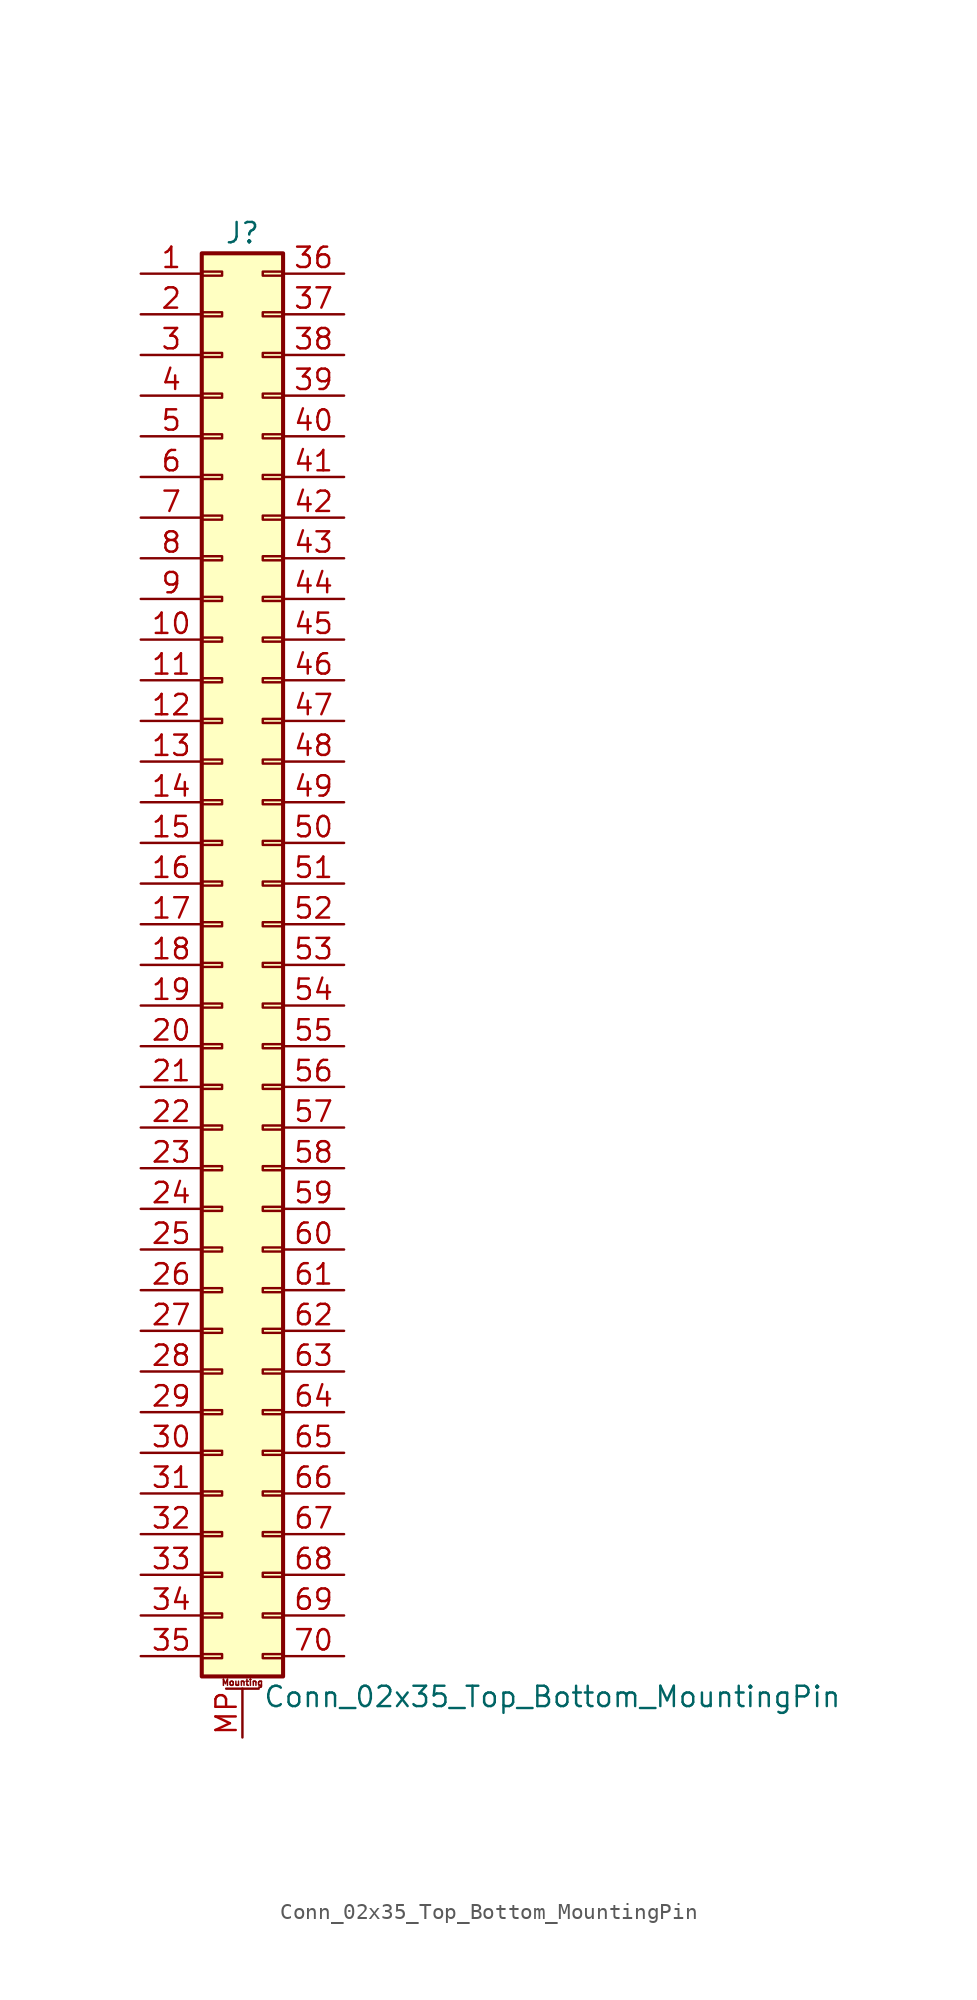
<source format=kicad_sym>
(kicad_symbol_lib
  (version 20201005)
  (generator kicad_symbol_editor)
  (symbol "Conn_02x35_Top_Bottom_MountingPin"
    (pin_names
      (offset 1.016) hide)
    (property "Reference" "J"
      (at 1.27 45.72 0)
      (effects (font (size 1.27 1.27))))
    (property "Value" "Conn_02x35_Top_Bottom_MountingPin"
      (at 2.54 -45.72 0)
      (effects (font (size 1.27 1.27)) (justify left)))
    (symbol "Conn_02x35_Top_Bottom_MountingPin_1_1"
      (text "Mounting" (at 1.27 -44.831 0) (effects (font (size 0.381 0.381))))
      (rectangle (start -1.27 -43.053) (end 0 -43.307) (stroke (width 0.152)) (fill (type none)))
      (rectangle (start -1.27 -40.513) (end 0 -40.767) (stroke (width 0.152)) (fill (type none)))
      (rectangle (start -1.27 -37.973) (end 0 -38.227) (stroke (width 0.152)) (fill (type none)))
      (rectangle (start -1.27 -35.433) (end 0 -35.687) (stroke (width 0.152)) (fill (type none)))
      (rectangle (start -1.27 -32.893) (end 0 -33.147) (stroke (width 0.152)) (fill (type none)))
      (rectangle (start -1.27 -30.353) (end 0 -30.607) (stroke (width 0.152)) (fill (type none)))
      (rectangle (start -1.27 -27.813) (end 0 -28.067) (stroke (width 0.152)) (fill (type none)))
      (rectangle (start -1.27 -25.273) (end 0 -25.527) (stroke (width 0.152)) (fill (type none)))
      (rectangle (start -1.27 -22.733) (end 0 -22.987) (stroke (width 0.152)) (fill (type none)))
      (rectangle (start -1.27 -20.193) (end 0 -20.447) (stroke (width 0.152)) (fill (type none)))
      (rectangle (start -1.27 -17.653) (end 0 -17.907) (stroke (width 0.152)) (fill (type none)))
      (rectangle (start -1.27 -15.113) (end 0 -15.367) (stroke (width 0.152)) (fill (type none)))
      (rectangle (start -1.27 -12.573) (end 0 -12.827) (stroke (width 0.152)) (fill (type none)))
      (rectangle (start -1.27 -10.033) (end 0 -10.287) (stroke (width 0.152)) (fill (type none)))
      (rectangle (start -1.27 -7.493) (end 0 -7.747) (stroke (width 0.152)) (fill (type none)))
      (rectangle (start -1.27 -4.953) (end 0 -5.207) (stroke (width 0.152)) (fill (type none)))
      (rectangle (start -1.27 -2.413) (end 0 -2.667) (stroke (width 0.152)) (fill (type none)))
      (rectangle (start -1.27 0.127) (end 0 -0.127) (stroke (width 0.152)) (fill (type none)))
      (rectangle (start -1.27 2.667) (end 0 2.413) (stroke (width 0.152)) (fill (type none)))
      (rectangle (start -1.27 5.207) (end 0 4.953) (stroke (width 0.152)) (fill (type none)))
      (rectangle (start -1.27 7.747) (end 0 7.493) (stroke (width 0.152)) (fill (type none)))
      (rectangle (start -1.27 10.287) (end 0 10.033) (stroke (width 0.152)) (fill (type none)))
      (rectangle (start -1.27 12.827) (end 0 12.573) (stroke (width 0.152)) (fill (type none)))
      (rectangle (start -1.27 15.367) (end 0 15.113) (stroke (width 0.152)) (fill (type none)))
      (rectangle (start -1.27 17.907) (end 0 17.653) (stroke (width 0.152)) (fill (type none)))
      (rectangle (start -1.27 20.447) (end 0 20.193) (stroke (width 0.152)) (fill (type none)))
      (rectangle (start -1.27 22.987) (end 0 22.733) (stroke (width 0.152)) (fill (type none)))
      (rectangle (start -1.27 25.527) (end 0 25.273) (stroke (width 0.152)) (fill (type none)))
      (rectangle (start -1.27 28.067) (end 0 27.813) (stroke (width 0.152)) (fill (type none)))
      (rectangle (start -1.27 30.607) (end 0 30.353) (stroke (width 0.152)) (fill (type none)))
      (rectangle (start -1.27 33.147) (end 0 32.893) (stroke (width 0.152)) (fill (type none)))
      (rectangle (start -1.27 35.687) (end 0 35.433) (stroke (width 0.152)) (fill (type none)))
      (rectangle (start -1.27 38.227) (end 0 37.973) (stroke (width 0.152)) (fill (type none)))
      (rectangle (start -1.27 40.767) (end 0 40.513) (stroke (width 0.152)) (fill (type none)))
      (rectangle (start -1.27 43.307) (end 0 43.053) (stroke (width 0.152)) (fill (type none)))
      (rectangle (start -1.27 44.45) (end 3.81 -44.45) (stroke (width 0.254)) (fill (type background)))
      (rectangle (start 3.81 -43.053) (end 2.54 -43.307) (stroke (width 0.152)) (fill (type none)))
      (rectangle (start 3.81 -40.513) (end 2.54 -40.767) (stroke (width 0.152)) (fill (type none)))
      (rectangle (start 3.81 -37.973) (end 2.54 -38.227) (stroke (width 0.152)) (fill (type none)))
      (rectangle (start 3.81 -35.433) (end 2.54 -35.687) (stroke (width 0.152)) (fill (type none)))
      (rectangle (start 3.81 -32.893) (end 2.54 -33.147) (stroke (width 0.152)) (fill (type none)))
      (rectangle (start 3.81 -30.353) (end 2.54 -30.607) (stroke (width 0.152)) (fill (type none)))
      (rectangle (start 3.81 -27.813) (end 2.54 -28.067) (stroke (width 0.152)) (fill (type none)))
      (rectangle (start 3.81 -25.273) (end 2.54 -25.527) (stroke (width 0.152)) (fill (type none)))
      (rectangle (start 3.81 -22.733) (end 2.54 -22.987) (stroke (width 0.152)) (fill (type none)))
      (rectangle (start 3.81 -20.193) (end 2.54 -20.447) (stroke (width 0.152)) (fill (type none)))
      (rectangle (start 3.81 -17.653) (end 2.54 -17.907) (stroke (width 0.152)) (fill (type none)))
      (rectangle (start 3.81 -15.113) (end 2.54 -15.367) (stroke (width 0.152)) (fill (type none)))
      (rectangle (start 3.81 -12.573) (end 2.54 -12.827) (stroke (width 0.152)) (fill (type none)))
      (rectangle (start 3.81 -10.033) (end 2.54 -10.287) (stroke (width 0.152)) (fill (type none)))
      (rectangle (start 3.81 -7.493) (end 2.54 -7.747) (stroke (width 0.152)) (fill (type none)))
      (rectangle (start 3.81 -4.953) (end 2.54 -5.207) (stroke (width 0.152)) (fill (type none)))
      (rectangle (start 3.81 -2.413) (end 2.54 -2.667) (stroke (width 0.152)) (fill (type none)))
      (rectangle (start 3.81 0.127) (end 2.54 -0.127) (stroke (width 0.152)) (fill (type none)))
      (rectangle (start 3.81 2.667) (end 2.54 2.413) (stroke (width 0.152)) (fill (type none)))
      (rectangle (start 3.81 5.207) (end 2.54 4.953) (stroke (width 0.152)) (fill (type none)))
      (rectangle (start 3.81 7.747) (end 2.54 7.493) (stroke (width 0.152)) (fill (type none)))
      (rectangle (start 3.81 10.287) (end 2.54 10.033) (stroke (width 0.152)) (fill (type none)))
      (rectangle (start 3.81 12.827) (end 2.54 12.573) (stroke (width 0.152)) (fill (type none)))
      (rectangle (start 3.81 15.367) (end 2.54 15.113) (stroke (width 0.152)) (fill (type none)))
      (rectangle (start 3.81 17.907) (end 2.54 17.653) (stroke (width 0.152)) (fill (type none)))
      (rectangle (start 3.81 20.447) (end 2.54 20.193) (stroke (width 0.152)) (fill (type none)))
      (rectangle (start 3.81 22.987) (end 2.54 22.733) (stroke (width 0.152)) (fill (type none)))
      (rectangle (start 3.81 25.527) (end 2.54 25.273) (stroke (width 0.152)) (fill (type none)))
      (rectangle (start 3.81 28.067) (end 2.54 27.813) (stroke (width 0.152)) (fill (type none)))
      (rectangle (start 3.81 30.607) (end 2.54 30.353) (stroke (width 0.152)) (fill (type none)))
      (rectangle (start 3.81 33.147) (end 2.54 32.893) (stroke (width 0.152)) (fill (type none)))
      (rectangle (start 3.81 35.687) (end 2.54 35.433) (stroke (width 0.152)) (fill (type none)))
      (rectangle (start 3.81 38.227) (end 2.54 37.973) (stroke (width 0.152)) (fill (type none)))
      (rectangle (start 3.81 40.767) (end 2.54 40.513) (stroke (width 0.152)) (fill (type none)))
      (rectangle (start 3.81 43.307) (end 2.54 43.053) (stroke (width 0.152)) (fill (type none)))
      (polyline (pts (xy 0.254 -45.212) (xy 2.286 -45.212)) (stroke (width 0.152)) (fill (type none)))
      (pin passive line (at -5.08 43.18 0) (length 3.81) (name "Pin_1" (effects (font (size 1.27 1.27)))) (number "1" (effects (font (size 1.27 1.27)))))
      (pin passive line (at -5.08 20.32 0) (length 3.81) (name "Pin_10" (effects (font (size 1.27 1.27)))) (number "10" (effects (font (size 1.27 1.27)))))
      (pin passive line (at -5.08 17.78 0) (length 3.81) (name "Pin_11" (effects (font (size 1.27 1.27)))) (number "11" (effects (font (size 1.27 1.27)))))
      (pin passive line (at -5.08 15.24 0) (length 3.81) (name "Pin_12" (effects (font (size 1.27 1.27)))) (number "12" (effects (font (size 1.27 1.27)))))
      (pin passive line (at -5.08 12.7 0) (length 3.81) (name "Pin_13" (effects (font (size 1.27 1.27)))) (number "13" (effects (font (size 1.27 1.27)))))
      (pin passive line (at -5.08 10.16 0) (length 3.81) (name "Pin_14" (effects (font (size 1.27 1.27)))) (number "14" (effects (font (size 1.27 1.27)))))
      (pin passive line (at -5.08 7.62 0) (length 3.81) (name "Pin_15" (effects (font (size 1.27 1.27)))) (number "15" (effects (font (size 1.27 1.27)))))
      (pin passive line (at -5.08 5.08 0) (length 3.81) (name "Pin_16" (effects (font (size 1.27 1.27)))) (number "16" (effects (font (size 1.27 1.27)))))
      (pin passive line (at -5.08 2.54 0) (length 3.81) (name "Pin_17" (effects (font (size 1.27 1.27)))) (number "17" (effects (font (size 1.27 1.27)))))
      (pin passive line (at -5.08 0 0) (length 3.81) (name "Pin_18" (effects (font (size 1.27 1.27)))) (number "18" (effects (font (size 1.27 1.27)))))
      (pin passive line (at -5.08 -2.54 0) (length 3.81) (name "Pin_19" (effects (font (size 1.27 1.27)))) (number "19" (effects (font (size 1.27 1.27)))))
      (pin passive line (at -5.08 40.64 0) (length 3.81) (name "Pin_2" (effects (font (size 1.27 1.27)))) (number "2" (effects (font (size 1.27 1.27)))))
      (pin passive line (at -5.08 -5.08 0) (length 3.81) (name "Pin_20" (effects (font (size 1.27 1.27)))) (number "20" (effects (font (size 1.27 1.27)))))
      (pin passive line (at -5.08 -7.62 0) (length 3.81) (name "Pin_21" (effects (font (size 1.27 1.27)))) (number "21" (effects (font (size 1.27 1.27)))))
      (pin passive line (at -5.08 -10.16 0) (length 3.81) (name "Pin_22" (effects (font (size 1.27 1.27)))) (number "22" (effects (font (size 1.27 1.27)))))
      (pin passive line (at -5.08 -12.7 0) (length 3.81) (name "Pin_23" (effects (font (size 1.27 1.27)))) (number "23" (effects (font (size 1.27 1.27)))))
      (pin passive line (at -5.08 -15.24 0) (length 3.81) (name "Pin_24" (effects (font (size 1.27 1.27)))) (number "24" (effects (font (size 1.27 1.27)))))
      (pin passive line (at -5.08 -17.78 0) (length 3.81) (name "Pin_25" (effects (font (size 1.27 1.27)))) (number "25" (effects (font (size 1.27 1.27)))))
      (pin passive line (at -5.08 -20.32 0) (length 3.81) (name "Pin_26" (effects (font (size 1.27 1.27)))) (number "26" (effects (font (size 1.27 1.27)))))
      (pin passive line (at -5.08 -22.86 0) (length 3.81) (name "Pin_27" (effects (font (size 1.27 1.27)))) (number "27" (effects (font (size 1.27 1.27)))))
      (pin passive line (at -5.08 -25.4 0) (length 3.81) (name "Pin_28" (effects (font (size 1.27 1.27)))) (number "28" (effects (font (size 1.27 1.27)))))
      (pin passive line (at -5.08 -27.94 0) (length 3.81) (name "Pin_29" (effects (font (size 1.27 1.27)))) (number "29" (effects (font (size 1.27 1.27)))))
      (pin passive line (at -5.08 38.1 0) (length 3.81) (name "Pin_3" (effects (font (size 1.27 1.27)))) (number "3" (effects (font (size 1.27 1.27)))))
      (pin passive line (at -5.08 -30.48 0) (length 3.81) (name "Pin_30" (effects (font (size 1.27 1.27)))) (number "30" (effects (font (size 1.27 1.27)))))
      (pin passive line (at -5.08 -33.02 0) (length 3.81) (name "Pin_31" (effects (font (size 1.27 1.27)))) (number "31" (effects (font (size 1.27 1.27)))))
      (pin passive line (at -5.08 -35.56 0) (length 3.81) (name "Pin_32" (effects (font (size 1.27 1.27)))) (number "32" (effects (font (size 1.27 1.27)))))
      (pin passive line (at -5.08 -38.1 0) (length 3.81) (name "Pin_33" (effects (font (size 1.27 1.27)))) (number "33" (effects (font (size 1.27 1.27)))))
      (pin passive line (at -5.08 -40.64 0) (length 3.81) (name "Pin_34" (effects (font (size 1.27 1.27)))) (number "34" (effects (font (size 1.27 1.27)))))
      (pin passive line (at -5.08 -43.18 0) (length 3.81) (name "Pin_35" (effects (font (size 1.27 1.27)))) (number "35" (effects (font (size 1.27 1.27)))))
      (pin passive line (at 7.62 43.18 180) (length 3.81) (name "Pin_36" (effects (font (size 1.27 1.27)))) (number "36" (effects (font (size 1.27 1.27)))))
      (pin passive line (at 7.62 40.64 180) (length 3.81) (name "Pin_37" (effects (font (size 1.27 1.27)))) (number "37" (effects (font (size 1.27 1.27)))))
      (pin passive line (at 7.62 38.1 180) (length 3.81) (name "Pin_38" (effects (font (size 1.27 1.27)))) (number "38" (effects (font (size 1.27 1.27)))))
      (pin passive line (at 7.62 35.56 180) (length 3.81) (name "Pin_39" (effects (font (size 1.27 1.27)))) (number "39" (effects (font (size 1.27 1.27)))))
      (pin passive line (at -5.08 35.56 0) (length 3.81) (name "Pin_4" (effects (font (size 1.27 1.27)))) (number "4" (effects (font (size 1.27 1.27)))))
      (pin passive line (at 7.62 33.02 180) (length 3.81) (name "Pin_40" (effects (font (size 1.27 1.27)))) (number "40" (effects (font (size 1.27 1.27)))))
      (pin passive line (at 7.62 30.48 180) (length 3.81) (name "Pin_41" (effects (font (size 1.27 1.27)))) (number "41" (effects (font (size 1.27 1.27)))))
      (pin passive line (at 7.62 27.94 180) (length 3.81) (name "Pin_42" (effects (font (size 1.27 1.27)))) (number "42" (effects (font (size 1.27 1.27)))))
      (pin passive line (at 7.62 25.4 180) (length 3.81) (name "Pin_43" (effects (font (size 1.27 1.27)))) (number "43" (effects (font (size 1.27 1.27)))))
      (pin passive line (at 7.62 22.86 180) (length 3.81) (name "Pin_44" (effects (font (size 1.27 1.27)))) (number "44" (effects (font (size 1.27 1.27)))))
      (pin passive line (at 7.62 20.32 180) (length 3.81) (name "Pin_45" (effects (font (size 1.27 1.27)))) (number "45" (effects (font (size 1.27 1.27)))))
      (pin passive line (at 7.62 17.78 180) (length 3.81) (name "Pin_46" (effects (font (size 1.27 1.27)))) (number "46" (effects (font (size 1.27 1.27)))))
      (pin passive line (at 7.62 15.24 180) (length 3.81) (name "Pin_47" (effects (font (size 1.27 1.27)))) (number "47" (effects (font (size 1.27 1.27)))))
      (pin passive line (at 7.62 12.7 180) (length 3.81) (name "Pin_48" (effects (font (size 1.27 1.27)))) (number "48" (effects (font (size 1.27 1.27)))))
      (pin passive line (at 7.62 10.16 180) (length 3.81) (name "Pin_49" (effects (font (size 1.27 1.27)))) (number "49" (effects (font (size 1.27 1.27)))))
      (pin passive line (at -5.08 33.02 0) (length 3.81) (name "Pin_5" (effects (font (size 1.27 1.27)))) (number "5" (effects (font (size 1.27 1.27)))))
      (pin passive line (at 7.62 7.62 180) (length 3.81) (name "Pin_50" (effects (font (size 1.27 1.27)))) (number "50" (effects (font (size 1.27 1.27)))))
      (pin passive line (at 7.62 5.08 180) (length 3.81) (name "Pin_51" (effects (font (size 1.27 1.27)))) (number "51" (effects (font (size 1.27 1.27)))))
      (pin passive line (at 7.62 2.54 180) (length 3.81) (name "Pin_52" (effects (font (size 1.27 1.27)))) (number "52" (effects (font (size 1.27 1.27)))))
      (pin passive line (at 7.62 0 180) (length 3.81) (name "Pin_53" (effects (font (size 1.27 1.27)))) (number "53" (effects (font (size 1.27 1.27)))))
      (pin passive line (at 7.62 -2.54 180) (length 3.81) (name "Pin_54" (effects (font (size 1.27 1.27)))) (number "54" (effects (font (size 1.27 1.27)))))
      (pin passive line (at 7.62 -5.08 180) (length 3.81) (name "Pin_55" (effects (font (size 1.27 1.27)))) (number "55" (effects (font (size 1.27 1.27)))))
      (pin passive line (at 7.62 -7.62 180) (length 3.81) (name "Pin_56" (effects (font (size 1.27 1.27)))) (number "56" (effects (font (size 1.27 1.27)))))
      (pin passive line (at 7.62 -10.16 180) (length 3.81) (name "Pin_57" (effects (font (size 1.27 1.27)))) (number "57" (effects (font (size 1.27 1.27)))))
      (pin passive line (at 7.62 -12.7 180) (length 3.81) (name "Pin_58" (effects (font (size 1.27 1.27)))) (number "58" (effects (font (size 1.27 1.27)))))
      (pin passive line (at 7.62 -15.24 180) (length 3.81) (name "Pin_59" (effects (font (size 1.27 1.27)))) (number "59" (effects (font (size 1.27 1.27)))))
      (pin passive line (at -5.08 30.48 0) (length 3.81) (name "Pin_6" (effects (font (size 1.27 1.27)))) (number "6" (effects (font (size 1.27 1.27)))))
      (pin passive line (at 7.62 -17.78 180) (length 3.81) (name "Pin_60" (effects (font (size 1.27 1.27)))) (number "60" (effects (font (size 1.27 1.27)))))
      (pin passive line (at 7.62 -20.32 180) (length 3.81) (name "Pin_61" (effects (font (size 1.27 1.27)))) (number "61" (effects (font (size 1.27 1.27)))))
      (pin passive line (at 7.62 -22.86 180) (length 3.81) (name "Pin_62" (effects (font (size 1.27 1.27)))) (number "62" (effects (font (size 1.27 1.27)))))
      (pin passive line (at 7.62 -25.4 180) (length 3.81) (name "Pin_63" (effects (font (size 1.27 1.27)))) (number "63" (effects (font (size 1.27 1.27)))))
      (pin passive line (at 7.62 -27.94 180) (length 3.81) (name "Pin_64" (effects (font (size 1.27 1.27)))) (number "64" (effects (font (size 1.27 1.27)))))
      (pin passive line (at 7.62 -30.48 180) (length 3.81) (name "Pin_65" (effects (font (size 1.27 1.27)))) (number "65" (effects (font (size 1.27 1.27)))))
      (pin passive line (at 7.62 -33.02 180) (length 3.81) (name "Pin_66" (effects (font (size 1.27 1.27)))) (number "66" (effects (font (size 1.27 1.27)))))
      (pin passive line (at 7.62 -35.56 180) (length 3.81) (name "Pin_67" (effects (font (size 1.27 1.27)))) (number "67" (effects (font (size 1.27 1.27)))))
      (pin passive line (at 7.62 -38.1 180) (length 3.81) (name "Pin_68" (effects (font (size 1.27 1.27)))) (number "68" (effects (font (size 1.27 1.27)))))
      (pin passive line (at 7.62 -40.64 180) (length 3.81) (name "Pin_69" (effects (font (size 1.27 1.27)))) (number "69" (effects (font (size 1.27 1.27)))))
      (pin passive line (at -5.08 27.94 0) (length 3.81) (name "Pin_7" (effects (font (size 1.27 1.27)))) (number "7" (effects (font (size 1.27 1.27)))))
      (pin passive line (at 7.62 -43.18 180) (length 3.81) (name "Pin_70" (effects (font (size 1.27 1.27)))) (number "70" (effects (font (size 1.27 1.27)))))
      (pin passive line (at -5.08 25.4 0) (length 3.81) (name "Pin_8" (effects (font (size 1.27 1.27)))) (number "8" (effects (font (size 1.27 1.27)))))
      (pin passive line (at -5.08 22.86 0) (length 3.81) (name "Pin_9" (effects (font (size 1.27 1.27)))) (number "9" (effects (font (size 1.27 1.27)))))
      (pin passive line (at 1.27 -48.26 90) (length 3.048) (name "MountPin" (effects (font (size 1.27 1.27)))) (number "MP" (effects (font (size 1.27 1.27))))))))
</source>
